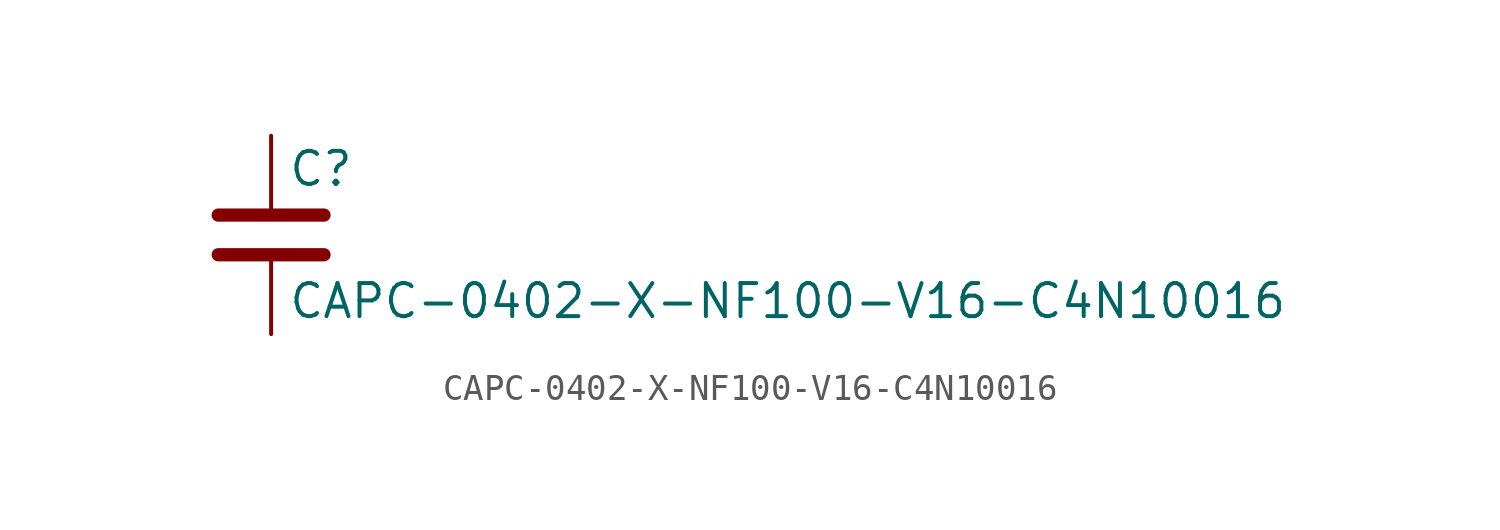
<source format=kicad_sym>
(kicad_symbol_lib
  (version 20211014)
  (generator kicad_symbol_editor)
  (symbol "CAPC-0402-X-NF100-V16-C4N10016"
    (pin_numbers hide)
    (pin_names
      (offset 0.254))
    (property "Reference" "C"
      (at 0.635 2.54 0)
      (effects (font (size 1.27 1.27)) (justify left)))
    (property "Value" "CAPC-0402-X-NF100-V16-C4N10016"
      (at 0.635 -2.54 0)
      (effects (font (size 1.27 1.27)) (justify left)))
    (symbol "CAPC-0402-X-NF100-V16-C4N10016_0_1"
      (polyline (pts (xy -2.032 -0.762) (xy 2.032 -0.762)) (stroke (width 0.508) (type default) (color 0 0 0 0)) (fill (type none)))
      (polyline (pts (xy -2.032 0.762) (xy 2.032 0.762)) (stroke (width 0.508) (type default) (color 0 0 0 0)) (fill (type none))))
    (symbol "CAPC-0402-X-NF100-V16-C4N10016_1_1"
      (pin passive line (at 0 3.81 270) (length 2.794) (name "~" (effects (font (size 1.27 1.27)))) (number "1" (effects (font (size 1.27 1.27)))))
      (pin passive line (at 0 -3.81 90) (length 2.794) (name "~" (effects (font (size 1.27 1.27)))) (number "2" (effects (font (size 1.27 1.27))))))))
</source>
